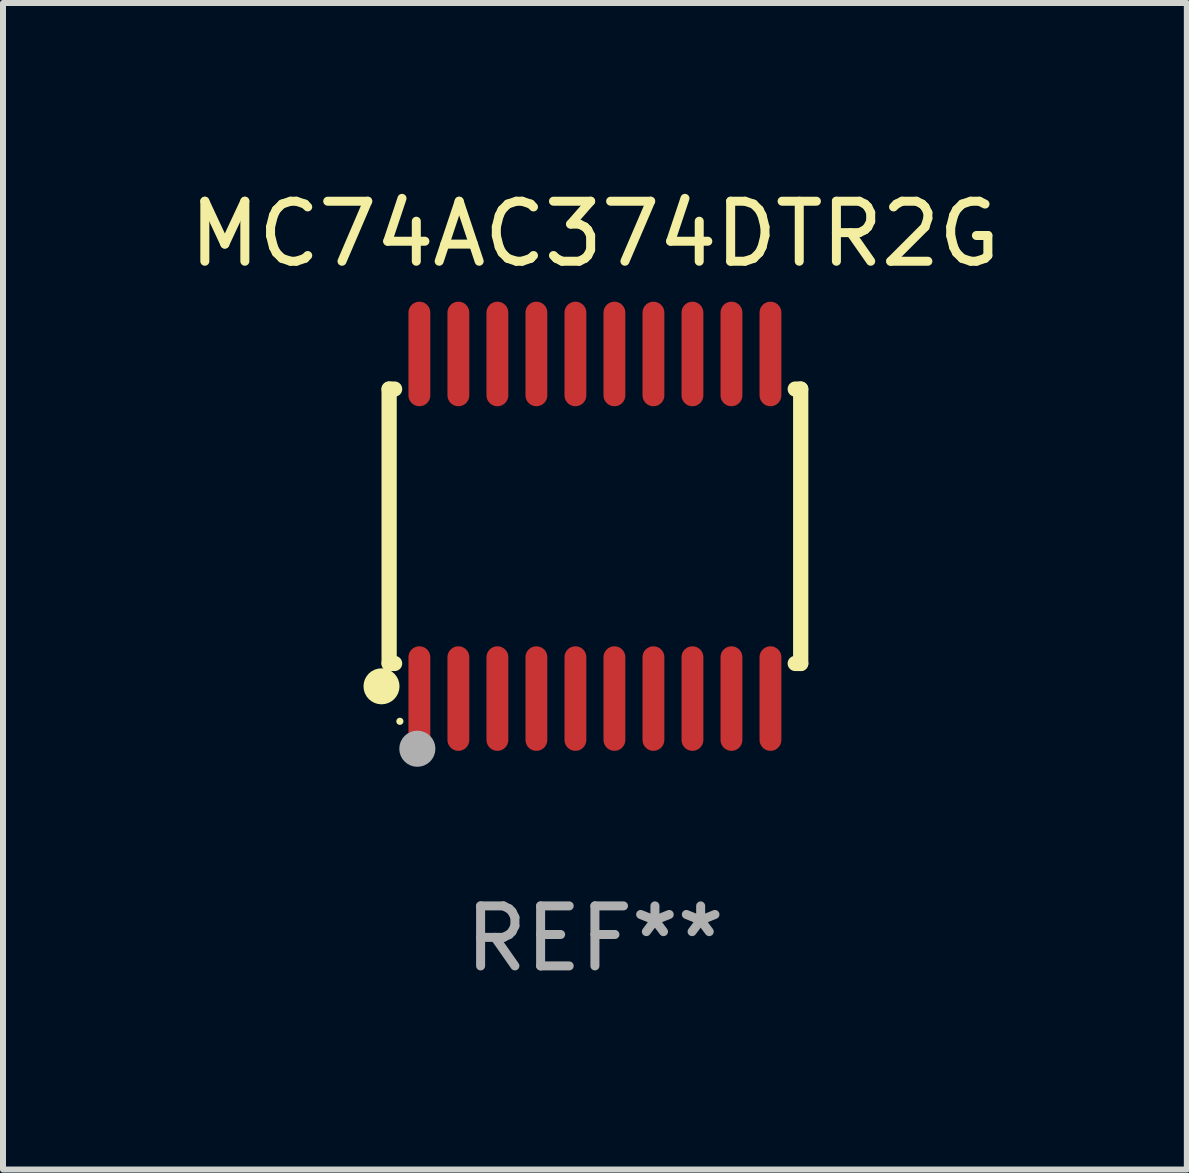
<source format=kicad_pcb>
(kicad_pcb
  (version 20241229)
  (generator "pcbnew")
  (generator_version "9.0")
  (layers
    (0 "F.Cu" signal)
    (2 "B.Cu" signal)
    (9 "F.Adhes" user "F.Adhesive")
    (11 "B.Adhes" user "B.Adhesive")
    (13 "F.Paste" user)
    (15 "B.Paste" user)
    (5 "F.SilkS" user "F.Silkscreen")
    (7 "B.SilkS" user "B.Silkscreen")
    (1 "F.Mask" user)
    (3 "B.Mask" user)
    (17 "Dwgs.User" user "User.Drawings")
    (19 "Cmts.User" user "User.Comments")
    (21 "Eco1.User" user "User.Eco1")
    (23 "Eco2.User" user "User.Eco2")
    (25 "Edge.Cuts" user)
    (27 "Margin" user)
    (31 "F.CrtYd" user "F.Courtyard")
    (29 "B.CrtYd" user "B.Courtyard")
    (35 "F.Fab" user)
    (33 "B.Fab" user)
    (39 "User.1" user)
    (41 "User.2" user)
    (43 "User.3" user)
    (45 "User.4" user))
  (footprint "MC74AC374DTR2G"
    (layer "F.Cu")
    (at 6.863 5.719)
    (property "Reference" "MC74AC374DTR2G" (at 0 -4.871 0) (layer "F.SilkS") (effects (font (size 1 1) (thickness 0.15))))
    (attr through_hole)
    (fp_line (start -3.429 -2.286) (end -3.429 2.286) (stroke (width 0.254) (type solid)) (layer "F.SilkS"))
    (fp_line (start -3.429 2.286) (end -3.338 2.286) (stroke (width 0.254) (type solid)) (layer "F.SilkS"))
    (fp_line (start -3.338 -2.286) (end -3.429 -2.286) (stroke (width 0.254) (type solid)) (layer "F.SilkS"))
    (fp_line (start 3.338 -2.286) (end 3.429 -2.286) (stroke (width 0.254) (type solid)) (layer "F.SilkS"))
    (fp_line (start 3.429 -2.286) (end 3.429 2.286) (stroke (width 0.254) (type solid)) (layer "F.SilkS"))
    (fp_line (start 3.429 2.286) (end 3.338 2.286) (stroke (width 0.254) (type solid)) (layer "F.SilkS"))
    (fp_circle (center -3.556 2.667) (end -3.406 2.667) (stroke (width 0.3) (type solid)) (fill no) (layer "F.SilkS"))
    (fp_circle (center -3.25 3.25) (end -3.22 3.25) (stroke (width 0.06) (type solid)) (fill no) (layer "F.SilkS"))
    (fp_circle (center -2.959 3.707) (end -2.808 3.707) (stroke (width 0.3) (type solid)) (fill no) (layer "F.Fab"))
    (fp_text user "REF**" (at 0 6.871 0) (layer "F.Fab") (effects (font (size 1 1) (thickness 0.15))))
    (pad "1" smd oval (at -2.925 2.871) (size 0.364 1.742) (layers "F.Cu" "F.Mask" "F.Paste"))
    (pad "2" smd oval (at -2.275 2.871) (size 0.364 1.742) (layers "F.Cu" "F.Mask" "F.Paste"))
    (pad "3" smd oval (at -1.625 2.871) (size 0.364 1.742) (layers "F.Cu" "F.Mask" "F.Paste"))
    (pad "4" smd oval (at -0.975 2.871) (size 0.364 1.742) (layers "F.Cu" "F.Mask" "F.Paste"))
    (pad "5" smd oval (at -0.325 2.871) (size 0.364 1.742) (layers "F.Cu" "F.Mask" "F.Paste"))
    (pad "6" smd oval (at 0.325 2.871) (size 0.364 1.742) (layers "F.Cu" "F.Mask" "F.Paste"))
    (pad "7" smd oval (at 0.975 2.871) (size 0.364 1.742) (layers "F.Cu" "F.Mask" "F.Paste"))
    (pad "8" smd oval (at 1.625 2.871) (size 0.364 1.742) (layers "F.Cu" "F.Mask" "F.Paste"))
    (pad "9" smd oval (at 2.275 2.871) (size 0.364 1.742) (layers "F.Cu" "F.Mask" "F.Paste"))
    (pad "10" smd oval (at 2.925 2.871) (size 0.364 1.742) (layers "F.Cu" "F.Mask" "F.Paste"))
    (pad "11" smd oval (at 2.925 -2.871) (size 0.364 1.742) (layers "F.Cu" "F.Mask" "F.Paste"))
    (pad "12" smd oval (at 2.275 -2.871) (size 0.364 1.742) (layers "F.Cu" "F.Mask" "F.Paste"))
    (pad "13" smd oval (at 1.625 -2.871) (size 0.364 1.742) (layers "F.Cu" "F.Mask" "F.Paste"))
    (pad "14" smd oval (at 0.975 -2.871) (size 0.364 1.742) (layers "F.Cu" "F.Mask" "F.Paste"))
    (pad "15" smd oval (at 0.325 -2.871) (size 0.364 1.742) (layers "F.Cu" "F.Mask" "F.Paste"))
    (pad "16" smd oval (at -0.325 -2.871) (size 0.364 1.742) (layers "F.Cu" "F.Mask" "F.Paste"))
    (pad "17" smd oval (at -0.975 -2.871) (size 0.364 1.742) (layers "F.Cu" "F.Mask" "F.Paste"))
    (pad "18" smd oval (at -1.625 -2.871) (size 0.364 1.742) (layers "F.Cu" "F.Mask" "F.Paste"))
    (pad "19" smd oval (at -2.275 -2.871) (size 0.364 1.742) (layers "F.Cu" "F.Mask" "F.Paste"))
    (pad "20" smd oval (at -2.925 -2.871) (size 0.364 1.742) (layers "F.Cu" "F.Mask" "F.Paste")))
  (gr_rect
    (start -3 -3)
    (end 16.726 16.438)
    (stroke (width 0.1) (type default))
    (fill no)
    (layer "Edge.Cuts")))
</source>
